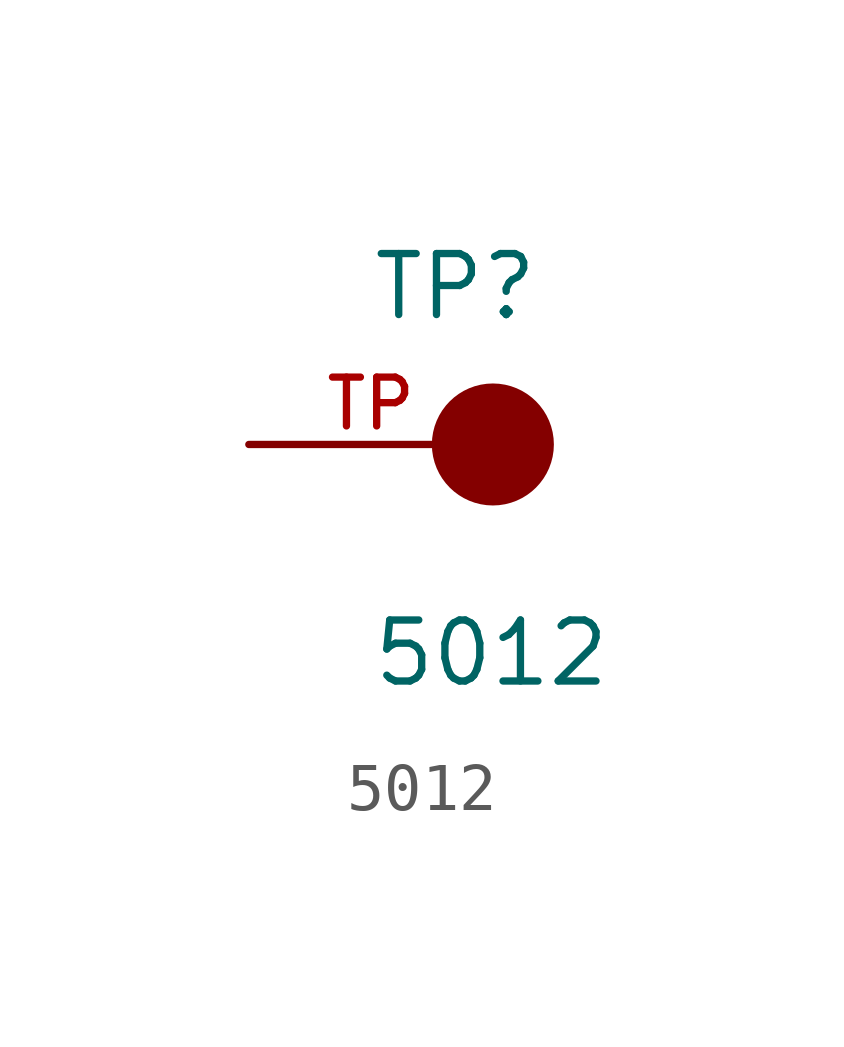
<source format=kicad_sym>
(kicad_symbol_lib
  (version 20211014)
  (generator kicad_symbol_editor)
  (symbol "5012"
    (pin_names
      (offset 1.016))
    (property "Reference" "TP"
      (at -2.544 2.541 0)
      (effects (font (size 1.27 1.27)) (justify bottom left)))
    (property "Value" "5012"
      (at -2.55 -5.087 0)
      (effects (font (size 1.27 1.27)) (justify bottom left)))
    (symbol "5012_0_0"
      (circle (center 0.0 0.0) (radius 0.635) (stroke (width 1.27)) (fill (type none)))
      (pin passive line (at -5.08 0.0 0) (length 5.08) (name "~" (effects (font (size 1.016 1.016)))) (number "TP" (effects (font (size 1.016 1.016))))))))
</source>
